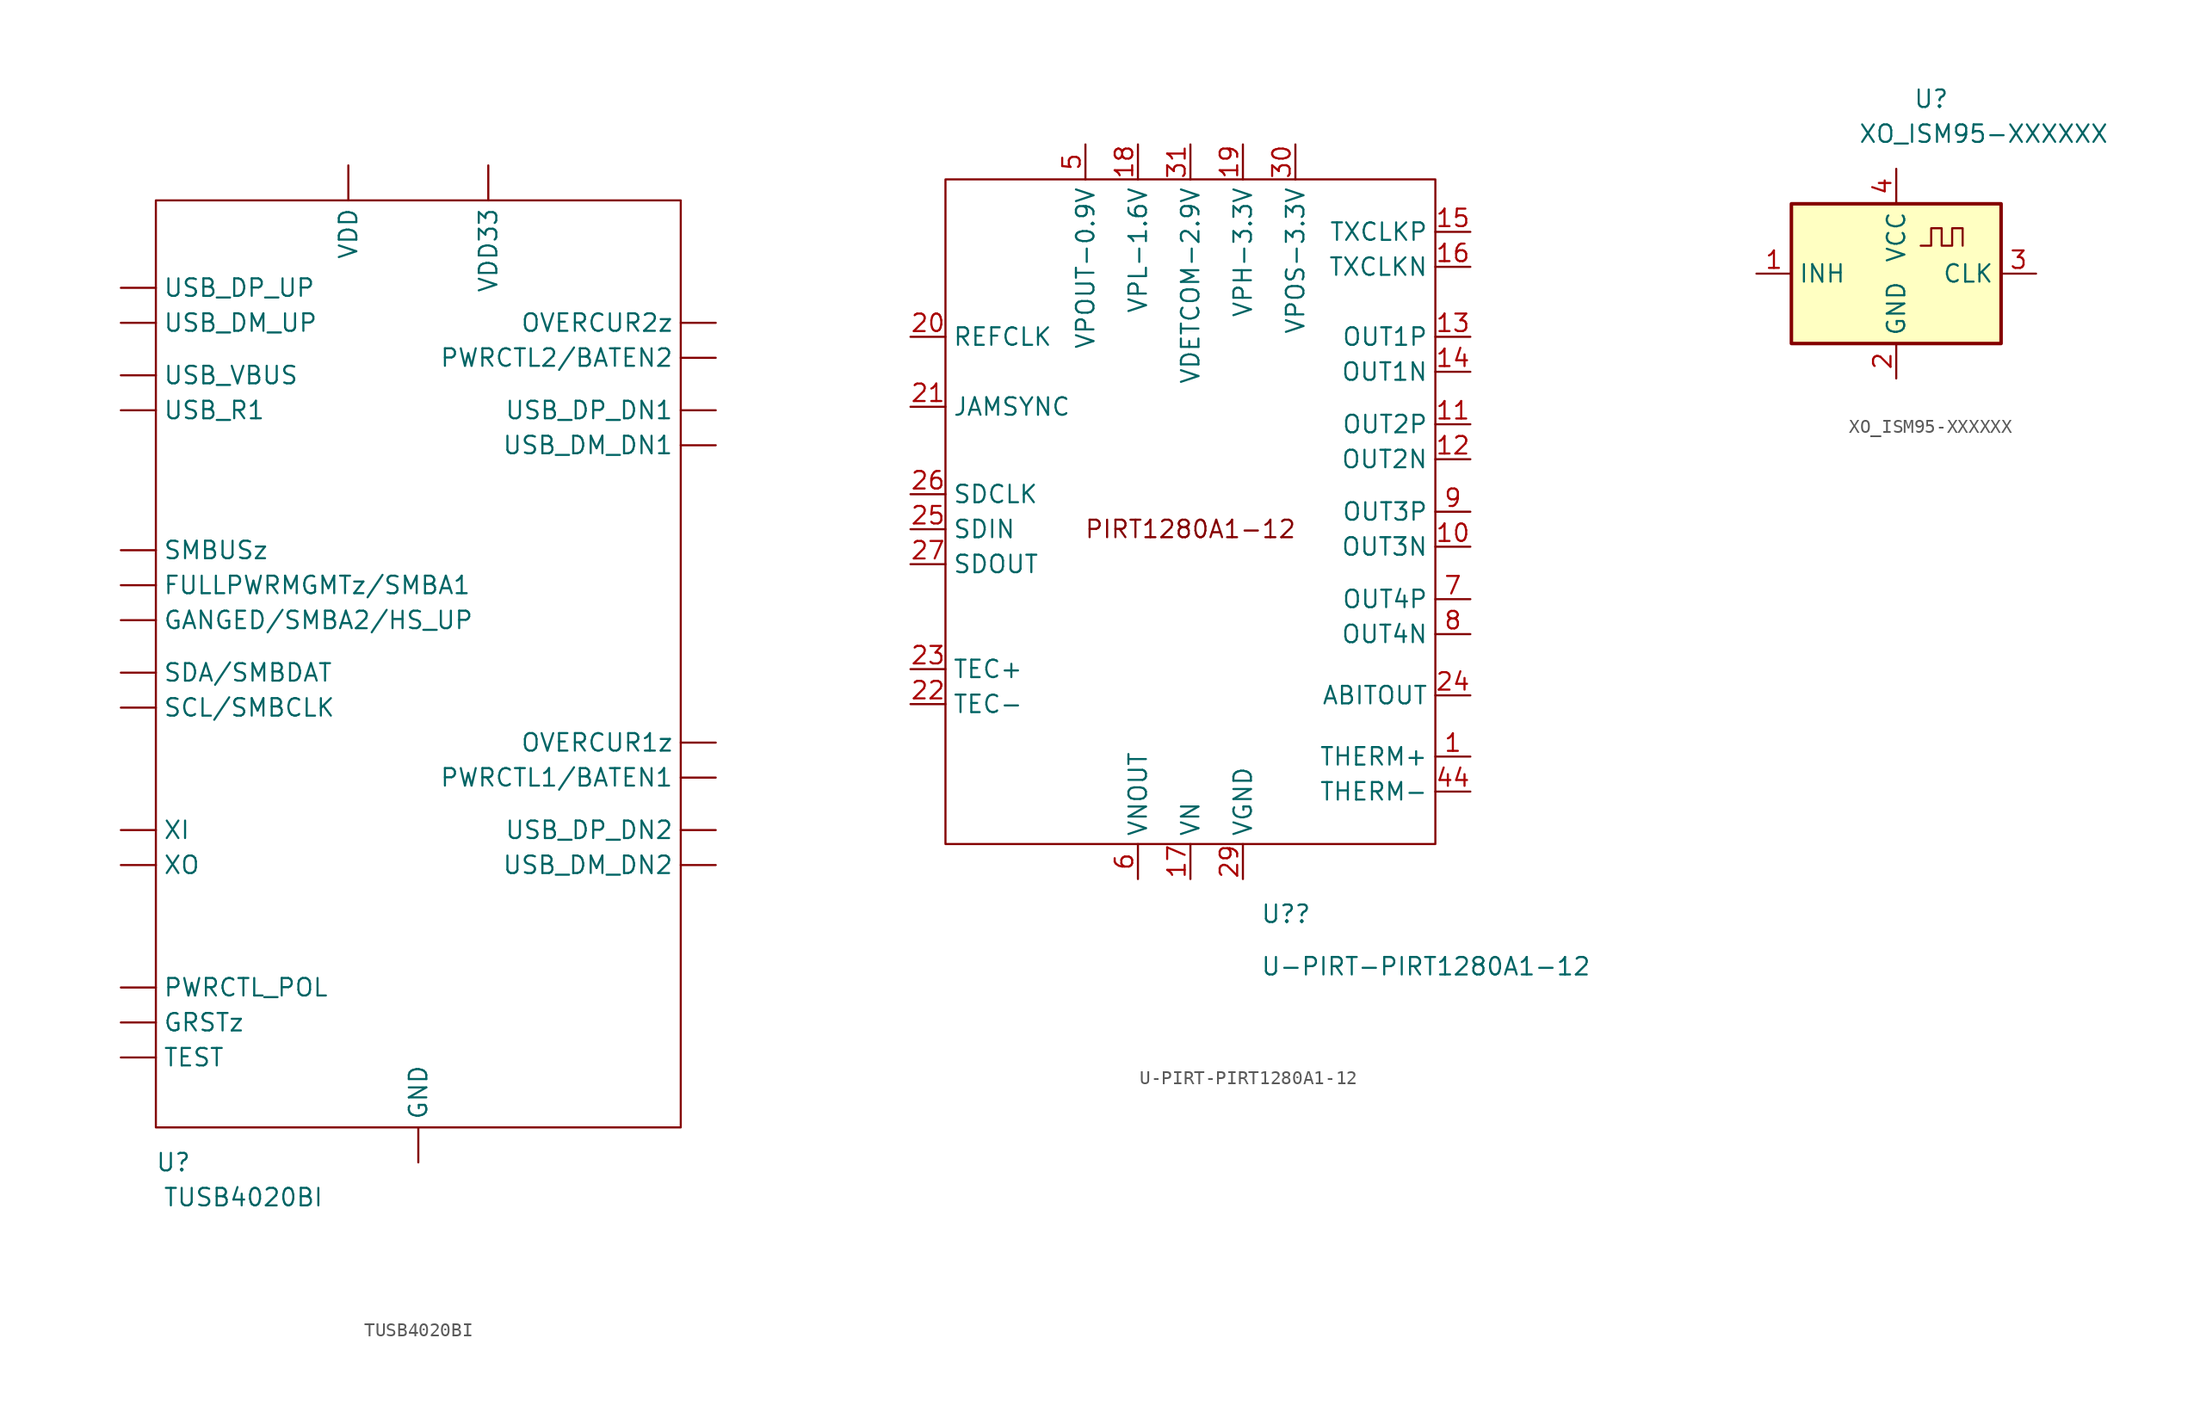
<source format=kicad_sym>
(kicad_symbol_lib
  (version 20220914)
  (generator kicad_symbol_editor)
  (symbol "TUSB4020BI"
    (pin_numbers hide)
    (property "Reference" "U"
      (at -17.78 -36.83 0)
      (effects (font (size 1.27 1.27))))
    (property "Value" "TUSB4020BI"
      (at -12.7 -39.37 0)
      (effects (font (size 1.27 1.27))))
    (symbol "TUSB4020BI_0_0"
      (pin input line (at -5.08 35.56 270) (length 2.54) (name "VDD" (effects (font (size 1.27 1.27)))) (number "1" (effects (font (size 1.27 1.27)))))
      (pin input line (at -21.59 -29.21 0) (length 2.54) (name "TEST" (effects (font (size 1.27 1.27)))) (number "10" (effects (font (size 1.27 1.27)))))
      (pin input line (at -5.08 35.56 270) (length 2.54) hide (name "VDD" (effects (font (size 1.27 1.27)))) (number "12" (effects (font (size 1.27 1.27)))))
      (pin input line (at 5.08 35.56 270) (length 2.54) hide (name "VDD33" (effects (font (size 1.27 1.27)))) (number "13" (effects (font (size 1.27 1.27)))))
      (pin input line (at 21.59 -12.7 180) (length 2.54) (name "USB_DP_DN2" (effects (font (size 1.27 1.27)))) (number "14" (effects (font (size 1.27 1.27)))))
      (pin input line (at 21.59 -15.24 180) (length 2.54) (name "USB_DM_DN2" (effects (font (size 1.27 1.27)))) (number "15" (effects (font (size 1.27 1.27)))))
      (pin input line (at -5.08 35.56 270) (length 2.54) hide (name "VDD" (effects (font (size 1.27 1.27)))) (number "18" (effects (font (size 1.27 1.27)))))
      (pin input line (at -21.59 -3.81 0) (length 2.54) (name "SCL/SMBCLK" (effects (font (size 1.27 1.27)))) (number "2" (effects (font (size 1.27 1.27)))))
      (pin input line (at -21.59 -24.13 0) (length 2.54) (name "PWRCTL_POL" (effects (font (size 1.27 1.27)))) (number "21" (effects (font (size 1.27 1.27)))))
      (pin input line (at -21.59 7.62 0) (length 2.54) (name "SMBUSz" (effects (font (size 1.27 1.27)))) (number "22" (effects (font (size 1.27 1.27)))))
      (pin input line (at 5.08 35.56 270) (length 2.54) hide (name "VDD33" (effects (font (size 1.27 1.27)))) (number "23" (effects (font (size 1.27 1.27)))))
      (pin input line (at -21.59 17.78 0) (length 2.54) (name "USB_R1" (effects (font (size 1.27 1.27)))) (number "24" (effects (font (size 1.27 1.27)))))
      (pin input line (at 5.08 35.56 270) (length 2.54) hide (name "VDD33" (effects (font (size 1.27 1.27)))) (number "25" (effects (font (size 1.27 1.27)))))
      (pin input line (at -21.59 24.13 0) (length 2.54) (name "USB_DM_UP" (effects (font (size 1.27 1.27)))) (number "27" (effects (font (size 1.27 1.27)))))
      (pin input line (at -21.59 -1.27 0) (length 2.54) (name "SDA/SMBDAT" (effects (font (size 1.27 1.27)))) (number "3" (effects (font (size 1.27 1.27)))))
      (pin input line (at -5.08 35.56 270) (length 2.54) hide (name "VDD" (effects (font (size 1.27 1.27)))) (number "30" (effects (font (size 1.27 1.27)))))
      (pin input line (at 5.08 35.56 270) (length 2.54) (name "VDD33" (effects (font (size 1.27 1.27)))) (number "33" (effects (font (size 1.27 1.27)))))
      (pin input line (at -5.08 35.56 270) (length 2.54) hide (name "VDD" (effects (font (size 1.27 1.27)))) (number "34" (effects (font (size 1.27 1.27)))))
      (pin input line (at -21.59 2.54 0) (length 2.54) (name "GANGED/SMBA2/HS_UP" (effects (font (size 1.27 1.27)))) (number "35" (effects (font (size 1.27 1.27)))))
      (pin input line (at -21.59 5.08 0) (length 2.54) (name "FULLPWRMGMTz/SMBA1" (effects (font (size 1.27 1.27)))) (number "36" (effects (font (size 1.27 1.27)))))
      (pin input line (at 5.08 35.56 270) (length 2.54) hide (name "VDD33" (effects (font (size 1.27 1.27)))) (number "37" (effects (font (size 1.27 1.27)))))
      (pin input line (at 21.59 -8.89 180) (length 2.54) (name "PWRCTL1/BATEN1" (effects (font (size 1.27 1.27)))) (number "4" (effects (font (size 1.27 1.27)))))
      (pin input line (at 5.08 35.56 270) (length 2.54) hide (name "VDD33" (effects (font (size 1.27 1.27)))) (number "40" (effects (font (size 1.27 1.27)))))
      (pin input line (at 21.59 17.78 180) (length 2.54) (name "USB_DP_DN1" (effects (font (size 1.27 1.27)))) (number "41" (effects (font (size 1.27 1.27)))))
      (pin input line (at 21.59 15.24 180) (length 2.54) (name "USB_DM_DN1" (effects (font (size 1.27 1.27)))) (number "42" (effects (font (size 1.27 1.27)))))
      (pin input line (at -5.08 35.56 270) (length 2.54) hide (name "VDD" (effects (font (size 1.27 1.27)))) (number "45" (effects (font (size 1.27 1.27)))))
      (pin input line (at 5.08 35.56 270) (length 2.54) hide (name "VDD33" (effects (font (size 1.27 1.27)))) (number "48" (effects (font (size 1.27 1.27)))))
      (pin input line (at 0 -36.83 90) (length 2.54) (name "GND" (effects (font (size 1.27 1.27)))) (number "49" (effects (font (size 1.27 1.27)))))
      (pin input line (at 21.59 -6.35 180) (length 2.54) (name "OVERCUR1z" (effects (font (size 1.27 1.27)))) (number "5" (effects (font (size 1.27 1.27)))))
      (pin input line (at 21.59 21.59 180) (length 2.54) (name "PWRCTL2/BATEN2" (effects (font (size 1.27 1.27)))) (number "6" (effects (font (size 1.27 1.27)))))
      (pin input line (at 5.08 35.56 270) (length 2.54) hide (name "VDD33" (effects (font (size 1.27 1.27)))) (number "7" (effects (font (size 1.27 1.27)))))
      (pin input line (at 21.59 24.13 180) (length 2.54) (name "OVERCUR2z" (effects (font (size 1.27 1.27)))) (number "8" (effects (font (size 1.27 1.27)))))
      (pin input line (at -21.59 20.32 0) (length 2.54) (name "USB_VBUS" (effects (font (size 1.27 1.27)))) (number "9" (effects (font (size 1.27 1.27))))))
    (symbol "TUSB4020BI_0_1"
      (rectangle (start -19.05 33.02) (end 19.05 -34.29) (stroke (width 0.152) (type default)) (fill (type none))))
    (symbol "TUSB4020BI_1_1"
      (pin input line (at -21.59 -26.67 0) (length 2.54) (name "GRSTz" (effects (font (size 1.27 1.27)))) (number "11" (effects (font (size 1.27 1.27)))))
      (pin input line (at -21.59 26.67 0) (length 2.54) (name "USB_DP_UP" (effects (font (size 1.27 1.27)))) (number "26" (effects (font (size 1.27 1.27)))))
      (pin input line (at -21.59 -12.7 0) (length 2.54) (name "XI" (effects (font (size 1.27 1.27)))) (number "38" (effects (font (size 1.27 1.27)))))
      (pin input line (at -21.59 -15.24 0) (length 2.54) (name "XO" (effects (font (size 1.27 1.27)))) (number "39" (effects (font (size 1.27 1.27)))))))
  (symbol "U-PIRT-PIRT1280A1-12"
    (property "Reference" "U?"
      (at 5.08 -27.94 0)
      (effects (font (size 1.27 1.27)) (justify left)))
    (property "Value" "U-PIRT-PIRT1280A1-12"
      (at 5.08 -31.75 0)
      (effects (font (size 1.27 1.27)) (justify left)))
    (symbol "U-PIRT-PIRT1280A1-12_0_0"
      (text "PIRT1280A1-12" (at 0 0 0) (effects (font (size 1.27 1.27)))))
    (symbol "U-PIRT-PIRT1280A1-12_0_1"
      (rectangle (start -17.78 25.4) (end 17.78 -22.86) (stroke (width 0) (type default)) (fill (type none))))
    (symbol "U-PIRT-PIRT1280A1-12_1_1"
      (pin passive line (at 20.32 -16.51 180) (length 2.54) (name "THERM+" (effects (font (size 1.27 1.27)))) (number "1" (effects (font (size 1.27 1.27)))))
      (pin output line (at 20.32 -1.27 180) (length 2.54) (name "OUT3N" (effects (font (size 1.27 1.27)))) (number "10" (effects (font (size 1.27 1.27)))))
      (pin output line (at 20.32 7.62 180) (length 2.54) (name "OUT2P" (effects (font (size 1.27 1.27)))) (number "11" (effects (font (size 1.27 1.27)))))
      (pin output line (at 20.32 5.08 180) (length 2.54) (name "OUT2N" (effects (font (size 1.27 1.27)))) (number "12" (effects (font (size 1.27 1.27)))))
      (pin output line (at 20.32 13.97 180) (length 2.54) (name "OUT1P" (effects (font (size 1.27 1.27)))) (number "13" (effects (font (size 1.27 1.27)))))
      (pin output line (at 20.32 11.43 180) (length 2.54) (name "OUT1N" (effects (font (size 1.27 1.27)))) (number "14" (effects (font (size 1.27 1.27)))))
      (pin input line (at 20.32 21.59 180) (length 2.54) (name "TXCLKP" (effects (font (size 1.27 1.27)))) (number "15" (effects (font (size 1.27 1.27)))))
      (pin input line (at 20.32 19.05 180) (length 2.54) (name "TXCLKN" (effects (font (size 1.27 1.27)))) (number "16" (effects (font (size 1.27 1.27)))))
      (pin power_in line (at 0 -25.4 90) (length 2.54) (name "VN" (effects (font (size 1.27 1.27)))) (number "17" (effects (font (size 1.27 1.27)))))
      (pin power_in line (at -3.81 27.94 270) (length 2.54) (name "VPL-1.6V" (effects (font (size 1.27 1.27)))) (number "18" (effects (font (size 1.27 1.27)))))
      (pin power_in line (at 3.81 27.94 270) (length 2.54) (name "VPH-3.3V" (effects (font (size 1.27 1.27)))) (number "19" (effects (font (size 1.27 1.27)))))
      (pin input line (at -20.32 13.97 0) (length 2.54) (name "REFCLK" (effects (font (size 1.27 1.27)))) (number "20" (effects (font (size 1.27 1.27)))))
      (pin input line (at -20.32 8.89 0) (length 2.54) (name "JAMSYNC" (effects (font (size 1.27 1.27)))) (number "21" (effects (font (size 1.27 1.27)))))
      (pin passive line (at -20.32 -12.7 0) (length 2.54) (name "TEC-" (effects (font (size 1.27 1.27)))) (number "22" (effects (font (size 1.27 1.27)))))
      (pin passive line (at -20.32 -10.16 0) (length 2.54) (name "TEC+" (effects (font (size 1.27 1.27)))) (number "23" (effects (font (size 1.27 1.27)))))
      (pin output line (at 20.32 -12.065 180) (length 2.54) (name "ABITOUT" (effects (font (size 1.27 1.27)))) (number "24" (effects (font (size 1.27 1.27)))))
      (pin input line (at -20.32 0 0) (length 2.54) (name "SDIN" (effects (font (size 1.27 1.27)))) (number "25" (effects (font (size 1.27 1.27)))))
      (pin input line (at -20.32 2.54 0) (length 2.54) (name "SDCLK" (effects (font (size 1.27 1.27)))) (number "26" (effects (font (size 1.27 1.27)))))
      (pin output line (at -20.32 -2.54 0) (length 2.54) (name "SDOUT" (effects (font (size 1.27 1.27)))) (number "27" (effects (font (size 1.27 1.27)))))
      (pin power_in line (at 3.81 -25.4 90) (length 2.54) (name "VGND" (effects (font (size 1.27 1.27)))) (number "29" (effects (font (size 1.27 1.27)))))
      (pin power_in line (at 7.62 27.94 270) (length 2.54) (name "VPOS-3.3V" (effects (font (size 1.27 1.27)))) (number "30" (effects (font (size 1.27 1.27)))))
      (pin power_in line (at 0 27.94 270) (length 2.54) (name "VDETCOM-2.9V" (effects (font (size 1.27 1.27)))) (number "31" (effects (font (size 1.27 1.27)))))
      (pin passive line (at 20.32 -19.05 180) (length 2.54) (name "THERM-" (effects (font (size 1.27 1.27)))) (number "44" (effects (font (size 1.27 1.27)))))
      (pin power_in line (at -7.62 27.94 270) (length 2.54) (name "VPOUT-0.9V" (effects (font (size 1.27 1.27)))) (number "5" (effects (font (size 1.27 1.27)))))
      (pin power_in line (at -3.81 -25.4 90) (length 2.54) (name "VNOUT" (effects (font (size 1.27 1.27)))) (number "6" (effects (font (size 1.27 1.27)))))
      (pin output line (at 20.32 -5.08 180) (length 2.54) (name "OUT4P" (effects (font (size 1.27 1.27)))) (number "7" (effects (font (size 1.27 1.27)))))
      (pin output line (at 20.32 -7.62 180) (length 2.54) (name "OUT4N" (effects (font (size 1.27 1.27)))) (number "8" (effects (font (size 1.27 1.27)))))
      (pin output line (at 20.32 1.27 180) (length 2.54) (name "OUT3P" (effects (font (size 1.27 1.27)))) (number "9" (effects (font (size 1.27 1.27)))))))
  (symbol "XO_ISM95-XXXXXX"
    (property "Reference" "U"
      (at 2.54 12.7 0)
      (effects (font (size 1.27 1.27))))
    (property "Value" "XO_ISM95-XXXXXX"
      (at 6.35 10.16 0)
      (effects (font (size 1.27 1.27))))
    (symbol "XO_ISM95-XXXXXX_0_1"
      (rectangle (start -7.62 5.08) (end 7.62 -5.08) (stroke (width 0.254) (type default)) (fill (type background))))
    (symbol "XO_ISM95-XXXXXX_1_1"
      (polyline (pts (xy 1.778 2.032) (xy 2.54 2.032) (xy 2.54 3.302) (xy 3.302 3.302) (xy 3.302 2.032) (xy 4.064 2.032) (xy 4.064 3.302) (xy 4.826 3.302) (xy 4.826 2.032)) (stroke (width 0) (type default)) (fill (type none)))
      (pin input line (at -10.16 0 0) (length 2.54) (name "INH" (effects (font (size 1.27 1.27)))) (number "1" (effects (font (size 1.27 1.27)))))
      (pin power_in line (at 0 -7.62 90) (length 2.54) (name "GND" (effects (font (size 1.27 1.27)))) (number "2" (effects (font (size 1.27 1.27)))))
      (pin output line (at 10.16 0 180) (length 2.54) (name "CLK" (effects (font (size 1.27 1.27)))) (number "3" (effects (font (size 1.27 1.27)))))
      (pin power_in line (at 0 7.62 270) (length 2.54) (name "VCC" (effects (font (size 1.27 1.27)))) (number "4" (effects (font (size 1.27 1.27))))))))
</source>
